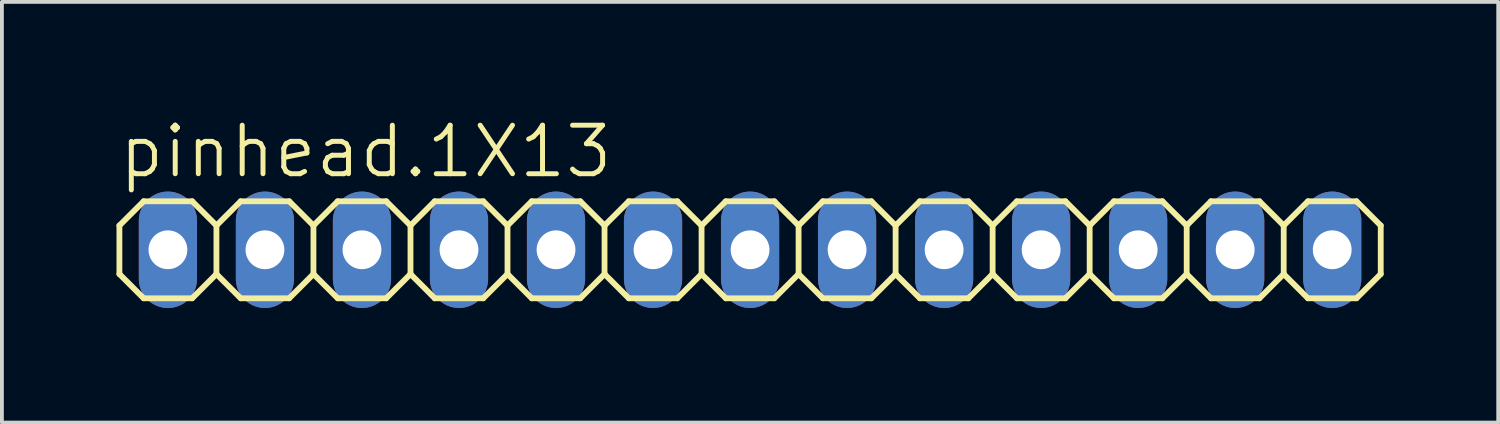
<source format=kicad_pcb>
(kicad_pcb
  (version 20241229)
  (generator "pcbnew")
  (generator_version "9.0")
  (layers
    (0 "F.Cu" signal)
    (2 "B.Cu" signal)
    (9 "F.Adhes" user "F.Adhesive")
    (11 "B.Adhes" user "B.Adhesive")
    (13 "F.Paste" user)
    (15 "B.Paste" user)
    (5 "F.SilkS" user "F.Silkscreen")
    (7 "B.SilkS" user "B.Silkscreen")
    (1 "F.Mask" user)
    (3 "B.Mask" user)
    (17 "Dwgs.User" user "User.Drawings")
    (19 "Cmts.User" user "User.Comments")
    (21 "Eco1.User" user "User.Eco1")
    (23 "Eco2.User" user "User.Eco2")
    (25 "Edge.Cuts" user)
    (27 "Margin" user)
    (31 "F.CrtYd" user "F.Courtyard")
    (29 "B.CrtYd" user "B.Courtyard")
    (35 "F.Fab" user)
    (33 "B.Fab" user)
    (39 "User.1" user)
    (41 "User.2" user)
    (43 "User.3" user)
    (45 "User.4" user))
  (footprint "pinhead.1X13"
    (layer "F.Cu")
    (at 16.586 3.489)
    (property "Reference" "pinhead.1X13" (at -16.586 -1.829 0) (layer "F.SilkS") (effects (font (size 1.27 1.27) (thickness 0.13)) (justify left bottom)))
    (attr through_hole)
    (fp_line (start -16.51 -0.635) (end -16.51 0.635) (stroke (width 0.152) (type default)) (layer "F.SilkS"))
    (fp_line (start -16.51 0.635) (end -15.875 1.27) (stroke (width 0.152) (type default)) (layer "F.SilkS"))
    (fp_line (start -15.875 -1.27) (end -16.51 -0.635) (stroke (width 0.152) (type default)) (layer "F.SilkS"))
    (fp_line (start -15.875 -1.27) (end -14.605 -1.27) (stroke (width 0.152) (type default)) (layer "F.SilkS"))
    (fp_line (start -14.605 -1.27) (end -13.97 -0.635) (stroke (width 0.152) (type default)) (layer "F.SilkS"))
    (fp_line (start -14.605 1.27) (end -15.875 1.27) (stroke (width 0.152) (type default)) (layer "F.SilkS"))
    (fp_line (start -13.97 -0.635) (end -13.97 0.635) (stroke (width 0.152) (type default)) (layer "F.SilkS"))
    (fp_line (start -13.97 -0.635) (end -13.335 -1.27) (stroke (width 0.152) (type default)) (layer "F.SilkS"))
    (fp_line (start -13.97 0.635) (end -14.605 1.27) (stroke (width 0.152) (type default)) (layer "F.SilkS"))
    (fp_line (start -13.335 -1.27) (end -12.065 -1.27) (stroke (width 0.152) (type default)) (layer "F.SilkS"))
    (fp_line (start -13.335 1.27) (end -13.97 0.635) (stroke (width 0.152) (type default)) (layer "F.SilkS"))
    (fp_line (start -12.065 -1.27) (end -11.43 -0.635) (stroke (width 0.152) (type default)) (layer "F.SilkS"))
    (fp_line (start -12.065 1.27) (end -13.335 1.27) (stroke (width 0.152) (type default)) (layer "F.SilkS"))
    (fp_line (start -11.43 -0.635) (end -11.43 0.635) (stroke (width 0.152) (type default)) (layer "F.SilkS"))
    (fp_line (start -11.43 -0.635) (end -10.795 -1.27) (stroke (width 0.152) (type default)) (layer "F.SilkS"))
    (fp_line (start -11.43 0.635) (end -12.065 1.27) (stroke (width 0.152) (type default)) (layer "F.SilkS"))
    (fp_line (start -10.795 -1.27) (end -9.525 -1.27) (stroke (width 0.152) (type default)) (layer "F.SilkS"))
    (fp_line (start -10.795 1.27) (end -11.43 0.635) (stroke (width 0.152) (type default)) (layer "F.SilkS"))
    (fp_line (start -9.525 -1.27) (end -8.89 -0.635) (stroke (width 0.152) (type default)) (layer "F.SilkS"))
    (fp_line (start -9.525 1.27) (end -10.795 1.27) (stroke (width 0.152) (type default)) (layer "F.SilkS"))
    (fp_line (start -8.89 -0.635) (end -8.89 0.635) (stroke (width 0.152) (type default)) (layer "F.SilkS"))
    (fp_line (start -8.89 0.635) (end -9.525 1.27) (stroke (width 0.152) (type default)) (layer "F.SilkS"))
    (fp_line (start -8.89 0.635) (end -8.255 1.27) (stroke (width 0.152) (type default)) (layer "F.SilkS"))
    (fp_line (start -8.255 -1.27) (end -8.89 -0.635) (stroke (width 0.152) (type default)) (layer "F.SilkS"))
    (fp_line (start -8.255 -1.27) (end -6.985 -1.27) (stroke (width 0.152) (type default)) (layer "F.SilkS"))
    (fp_line (start -6.985 -1.27) (end -6.35 -0.635) (stroke (width 0.152) (type default)) (layer "F.SilkS"))
    (fp_line (start -6.985 1.27) (end -8.255 1.27) (stroke (width 0.152) (type default)) (layer "F.SilkS"))
    (fp_line (start -6.35 -0.635) (end -6.35 0.635) (stroke (width 0.152) (type default)) (layer "F.SilkS"))
    (fp_line (start -6.35 -0.635) (end -5.715 -1.27) (stroke (width 0.152) (type default)) (layer "F.SilkS"))
    (fp_line (start -6.35 0.635) (end -6.985 1.27) (stroke (width 0.152) (type default)) (layer "F.SilkS"))
    (fp_line (start -5.715 -1.27) (end -4.445 -1.27) (stroke (width 0.152) (type default)) (layer "F.SilkS"))
    (fp_line (start -5.715 1.27) (end -6.35 0.635) (stroke (width 0.152) (type default)) (layer "F.SilkS"))
    (fp_line (start -4.445 -1.27) (end -3.81 -0.635) (stroke (width 0.152) (type default)) (layer "F.SilkS"))
    (fp_line (start -4.445 1.27) (end -5.715 1.27) (stroke (width 0.152) (type default)) (layer "F.SilkS"))
    (fp_line (start -3.81 -0.635) (end -3.81 0.635) (stroke (width 0.152) (type default)) (layer "F.SilkS"))
    (fp_line (start -3.81 -0.635) (end -3.175 -1.27) (stroke (width 0.152) (type default)) (layer "F.SilkS"))
    (fp_line (start -3.81 0.635) (end -4.445 1.27) (stroke (width 0.152) (type default)) (layer "F.SilkS"))
    (fp_line (start -3.175 -1.27) (end -1.905 -1.27) (stroke (width 0.152) (type default)) (layer "F.SilkS"))
    (fp_line (start -3.175 1.27) (end -3.81 0.635) (stroke (width 0.152) (type default)) (layer "F.SilkS"))
    (fp_line (start -1.905 -1.27) (end -1.27 -0.635) (stroke (width 0.152) (type default)) (layer "F.SilkS"))
    (fp_line (start -1.905 1.27) (end -3.175 1.27) (stroke (width 0.152) (type default)) (layer "F.SilkS"))
    (fp_line (start -1.27 -0.635) (end -1.27 0.635) (stroke (width 0.152) (type default)) (layer "F.SilkS"))
    (fp_line (start -1.27 0.635) (end -1.905 1.27) (stroke (width 0.152) (type default)) (layer "F.SilkS"))
    (fp_line (start -1.27 0.635) (end -0.635 1.27) (stroke (width 0.152) (type default)) (layer "F.SilkS"))
    (fp_line (start -0.635 -1.27) (end -1.27 -0.635) (stroke (width 0.152) (type default)) (layer "F.SilkS"))
    (fp_line (start -0.635 -1.27) (end 0.635 -1.27) (stroke (width 0.152) (type default)) (layer "F.SilkS"))
    (fp_line (start 0.635 -1.27) (end 1.27 -0.635) (stroke (width 0.152) (type default)) (layer "F.SilkS"))
    (fp_line (start 0.635 1.27) (end -0.635 1.27) (stroke (width 0.152) (type default)) (layer "F.SilkS"))
    (fp_line (start 1.27 -0.635) (end 1.27 0.635) (stroke (width 0.152) (type default)) (layer "F.SilkS"))
    (fp_line (start 1.27 -0.635) (end 1.905 -1.27) (stroke (width 0.152) (type default)) (layer "F.SilkS"))
    (fp_line (start 1.27 0.635) (end 0.635 1.27) (stroke (width 0.152) (type default)) (layer "F.SilkS"))
    (fp_line (start 1.905 -1.27) (end 3.175 -1.27) (stroke (width 0.152) (type default)) (layer "F.SilkS"))
    (fp_line (start 1.905 1.27) (end 1.27 0.635) (stroke (width 0.152) (type default)) (layer "F.SilkS"))
    (fp_line (start 3.175 -1.27) (end 3.81 -0.635) (stroke (width 0.152) (type default)) (layer "F.SilkS"))
    (fp_line (start 3.175 1.27) (end 1.905 1.27) (stroke (width 0.152) (type default)) (layer "F.SilkS"))
    (fp_line (start 3.81 -0.635) (end 3.81 0.635) (stroke (width 0.152) (type default)) (layer "F.SilkS"))
    (fp_line (start 3.81 -0.635) (end 4.445 -1.27) (stroke (width 0.152) (type default)) (layer "F.SilkS"))
    (fp_line (start 3.81 0.635) (end 3.175 1.27) (stroke (width 0.152) (type default)) (layer "F.SilkS"))
    (fp_line (start 4.445 -1.27) (end 5.715 -1.27) (stroke (width 0.152) (type default)) (layer "F.SilkS"))
    (fp_line (start 4.445 1.27) (end 3.81 0.635) (stroke (width 0.152) (type default)) (layer "F.SilkS"))
    (fp_line (start 5.715 -1.27) (end 6.35 -0.635) (stroke (width 0.152) (type default)) (layer "F.SilkS"))
    (fp_line (start 5.715 1.27) (end 4.445 1.27) (stroke (width 0.152) (type default)) (layer "F.SilkS"))
    (fp_line (start 6.35 -0.635) (end 6.35 0.635) (stroke (width 0.152) (type default)) (layer "F.SilkS"))
    (fp_line (start 6.35 0.635) (end 5.715 1.27) (stroke (width 0.152) (type default)) (layer "F.SilkS"))
    (fp_line (start 6.35 0.635) (end 6.985 1.27) (stroke (width 0.152) (type default)) (layer "F.SilkS"))
    (fp_line (start 6.985 -1.27) (end 6.35 -0.635) (stroke (width 0.152) (type default)) (layer "F.SilkS"))
    (fp_line (start 6.985 -1.27) (end 8.255 -1.27) (stroke (width 0.152) (type default)) (layer "F.SilkS"))
    (fp_line (start 8.255 -1.27) (end 8.89 -0.635) (stroke (width 0.152) (type default)) (layer "F.SilkS"))
    (fp_line (start 8.255 1.27) (end 6.985 1.27) (stroke (width 0.152) (type default)) (layer "F.SilkS"))
    (fp_line (start 8.89 -0.635) (end 8.89 0.635) (stroke (width 0.152) (type default)) (layer "F.SilkS"))
    (fp_line (start 8.89 -0.635) (end 9.525 -1.27) (stroke (width 0.152) (type default)) (layer "F.SilkS"))
    (fp_line (start 8.89 0.635) (end 8.255 1.27) (stroke (width 0.152) (type default)) (layer "F.SilkS"))
    (fp_line (start 9.525 -1.27) (end 10.795 -1.27) (stroke (width 0.152) (type default)) (layer "F.SilkS"))
    (fp_line (start 9.525 1.27) (end 8.89 0.635) (stroke (width 0.152) (type default)) (layer "F.SilkS"))
    (fp_line (start 10.795 -1.27) (end 11.43 -0.635) (stroke (width 0.152) (type default)) (layer "F.SilkS"))
    (fp_line (start 10.795 1.27) (end 9.525 1.27) (stroke (width 0.152) (type default)) (layer "F.SilkS"))
    (fp_line (start 11.43 -0.635) (end 11.43 0.635) (stroke (width 0.152) (type default)) (layer "F.SilkS"))
    (fp_line (start 11.43 -0.635) (end 12.065 -1.27) (stroke (width 0.152) (type default)) (layer "F.SilkS"))
    (fp_line (start 11.43 0.635) (end 10.795 1.27) (stroke (width 0.152) (type default)) (layer "F.SilkS"))
    (fp_line (start 12.065 -1.27) (end 13.335 -1.27) (stroke (width 0.152) (type default)) (layer "F.SilkS"))
    (fp_line (start 12.065 1.27) (end 11.43 0.635) (stroke (width 0.152) (type default)) (layer "F.SilkS"))
    (fp_line (start 13.335 -1.27) (end 13.97 -0.635) (stroke (width 0.152) (type default)) (layer "F.SilkS"))
    (fp_line (start 13.335 1.27) (end 12.065 1.27) (stroke (width 0.152) (type default)) (layer "F.SilkS"))
    (fp_line (start 13.97 -0.635) (end 13.97 0.635) (stroke (width 0.152) (type default)) (layer "F.SilkS"))
    (fp_line (start 13.97 -0.635) (end 14.605 -1.27) (stroke (width 0.152) (type default)) (layer "F.SilkS"))
    (fp_line (start 13.97 0.635) (end 13.335 1.27) (stroke (width 0.152) (type default)) (layer "F.SilkS"))
    (fp_line (start 14.605 -1.27) (end 15.875 -1.27) (stroke (width 0.152) (type default)) (layer "F.SilkS"))
    (fp_line (start 14.605 1.27) (end 13.97 0.635) (stroke (width 0.152) (type default)) (layer "F.SilkS"))
    (fp_line (start 15.875 -1.27) (end 16.51 -0.635) (stroke (width 0.152) (type default)) (layer "F.SilkS"))
    (fp_line (start 15.875 1.27) (end 14.605 1.27) (stroke (width 0.152) (type default)) (layer "F.SilkS"))
    (fp_line (start 16.51 -0.635) (end 16.51 0.635) (stroke (width 0.152) (type default)) (layer "F.SilkS"))
    (fp_line (start 16.51 0.635) (end 15.875 1.27) (stroke (width 0.152) (type default)) (layer "F.SilkS"))
    (fp_rect (start -15.494 0.254) (end -14.986 -0.254) (stroke (width 0.05) (type default)) (fill no) (layer "F.Fab"))
    (fp_rect (start -12.954 0.254) (end -12.446 -0.254) (stroke (width 0.05) (type default)) (fill no) (layer "F.Fab"))
    (fp_rect (start -10.414 0.254) (end -9.906 -0.254) (stroke (width 0.05) (type default)) (fill no) (layer "F.Fab"))
    (fp_rect (start -7.874 0.254) (end -7.366 -0.254) (stroke (width 0.05) (type default)) (fill no) (layer "F.Fab"))
    (fp_rect (start -5.334 0.254) (end -4.826 -0.254) (stroke (width 0.05) (type default)) (fill no) (layer "F.Fab"))
    (fp_rect (start -2.794 0.254) (end -2.286 -0.254) (stroke (width 0.05) (type default)) (fill no) (layer "F.Fab"))
    (fp_rect (start -0.254 0.254) (end 0.254 -0.254) (stroke (width 0.05) (type default)) (fill no) (layer "F.Fab"))
    (fp_rect (start 2.286 0.254) (end 2.794 -0.254) (stroke (width 0.05) (type default)) (fill no) (layer "F.Fab"))
    (fp_rect (start 4.826 0.254) (end 5.334 -0.254) (stroke (width 0.05) (type default)) (fill no) (layer "F.Fab"))
    (fp_rect (start 7.366 0.254) (end 7.874 -0.254) (stroke (width 0.05) (type default)) (fill no) (layer "F.Fab"))
    (fp_rect (start 9.906 0.254) (end 10.414 -0.254) (stroke (width 0.05) (type default)) (fill no) (layer "F.Fab"))
    (fp_rect (start 12.446 0.254) (end 12.954 -0.254) (stroke (width 0.05) (type default)) (fill no) (layer "F.Fab"))
    (fp_rect (start 14.986 0.254) (end 15.494 -0.254) (stroke (width 0.05) (type default)) (fill no) (layer "F.Fab"))
    (pad "1" thru_hole oval (at -15.24 0 90) (size 3.048 1.524) (drill 1.016) (layers "*.Cu" "*.Mask"))
    (pad "2" thru_hole oval (at -12.7 0 90) (size 3.048 1.524) (drill 1.016) (layers "*.Cu" "*.Mask"))
    (pad "3" thru_hole oval (at -10.16 0 90) (size 3.048 1.524) (drill 1.016) (layers "*.Cu" "*.Mask"))
    (pad "4" thru_hole oval (at -7.62 0 90) (size 3.048 1.524) (drill 1.016) (layers "*.Cu" "*.Mask"))
    (pad "5" thru_hole oval (at -5.08 0 90) (size 3.048 1.524) (drill 1.016) (layers "*.Cu" "*.Mask"))
    (pad "6" thru_hole oval (at -2.54 0 90) (size 3.048 1.524) (drill 1.016) (layers "*.Cu" "*.Mask"))
    (pad "7" thru_hole oval (at 0 0 90) (size 3.048 1.524) (drill 1.016) (layers "*.Cu" "*.Mask"))
    (pad "8" thru_hole oval (at 2.54 0 90) (size 3.048 1.524) (drill 1.016) (layers "*.Cu" "*.Mask"))
    (pad "9" thru_hole oval (at 5.08 0 90) (size 3.048 1.524) (drill 1.016) (layers "*.Cu" "*.Mask"))
    (pad "10" thru_hole oval (at 7.62 0 90) (size 3.048 1.524) (drill 1.016) (layers "*.Cu" "*.Mask"))
    (pad "11" thru_hole oval (at 10.16 0 90) (size 3.048 1.524) (drill 1.016) (layers "*.Cu" "*.Mask"))
    (pad "12" thru_hole oval (at 12.7 0 90) (size 3.048 1.524) (drill 1.016) (layers "*.Cu" "*.Mask"))
    (pad "13" thru_hole oval (at 15.24 0 90) (size 3.048 1.524) (drill 1.016) (layers "*.Cu" "*.Mask")))
  (gr_rect
    (start -3 -3)
    (end 36.172 8.013)
    (stroke (width 0.1) (type default))
    (fill no)
    (layer "Edge.Cuts")))
</source>
